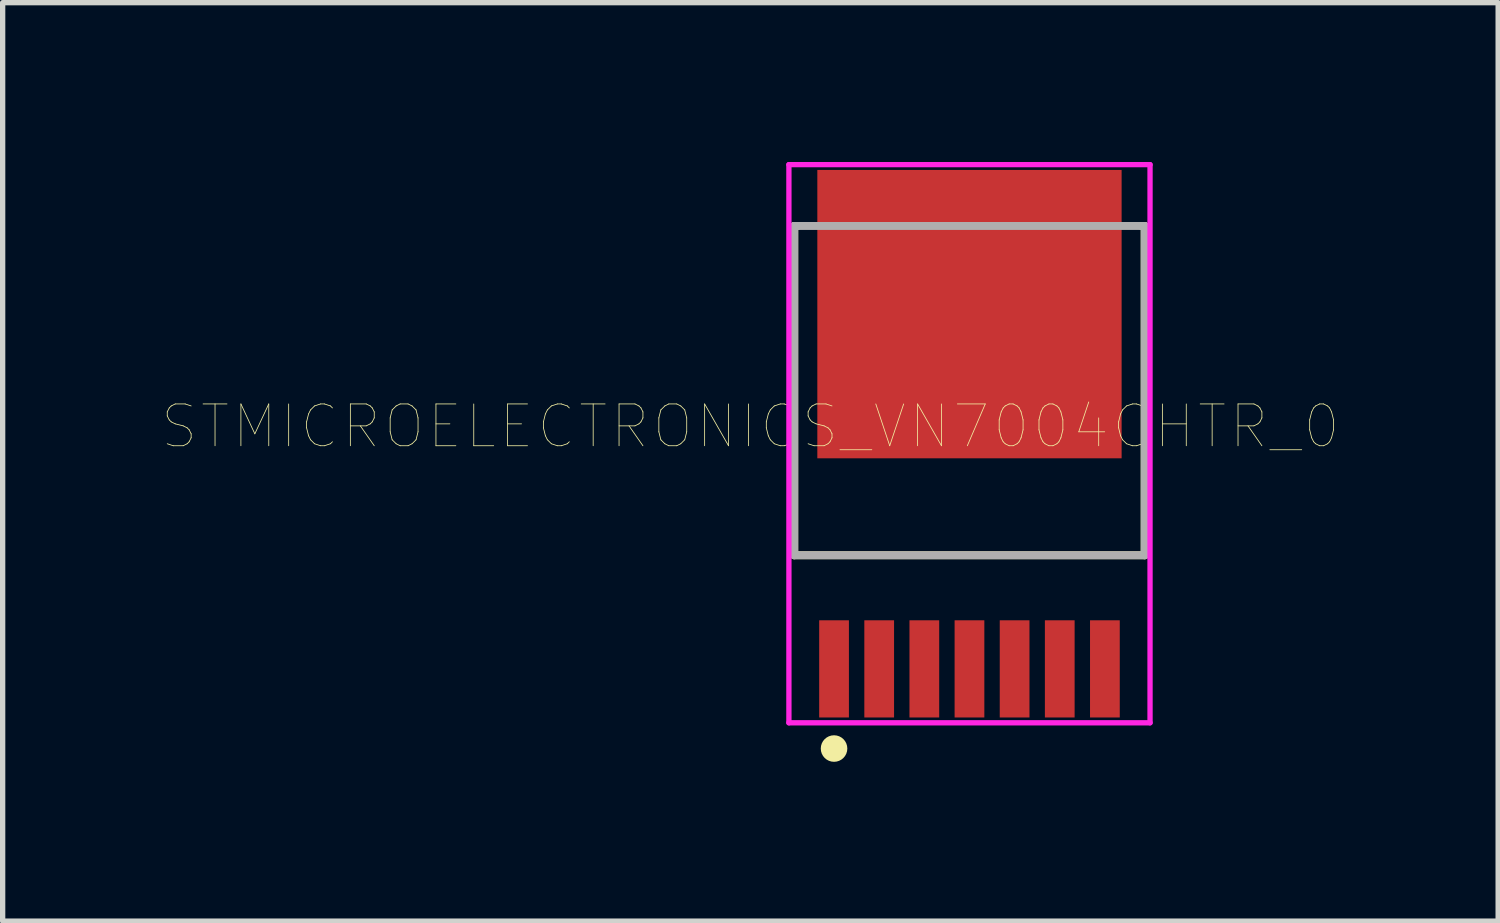
<source format=kicad_pcb>
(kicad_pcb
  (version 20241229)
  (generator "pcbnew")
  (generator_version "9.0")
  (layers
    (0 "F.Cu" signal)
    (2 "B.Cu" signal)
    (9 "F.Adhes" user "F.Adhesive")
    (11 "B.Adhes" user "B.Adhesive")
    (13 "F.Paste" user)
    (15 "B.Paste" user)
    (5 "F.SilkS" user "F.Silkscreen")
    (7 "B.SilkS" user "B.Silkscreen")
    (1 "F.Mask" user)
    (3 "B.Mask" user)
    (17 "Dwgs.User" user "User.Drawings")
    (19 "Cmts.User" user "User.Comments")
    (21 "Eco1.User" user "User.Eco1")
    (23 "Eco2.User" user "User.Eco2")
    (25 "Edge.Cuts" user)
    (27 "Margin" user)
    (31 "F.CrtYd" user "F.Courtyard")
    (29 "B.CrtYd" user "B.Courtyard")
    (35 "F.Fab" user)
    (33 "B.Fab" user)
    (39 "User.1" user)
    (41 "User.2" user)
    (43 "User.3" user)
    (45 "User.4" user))
  (footprint "STMICROELECTRONICS_VN7004CHTR_0"
    (layer "F.Cu")
    (at 15.205 5.305)
    (property "Reference" "STMICROELECTRONICS_VN7004CHTR_0" (at -4.125 -0.325 180) (layer "F.SilkS") (effects (font (size 0.787 0.787) (thickness 0.015))))
    (attr through_hole)
    (fp_line (start -3.3 -4.1) (end -3.24 -4.1) (stroke (width 0.15) (type solid)) (layer "F.SilkS"))
    (fp_line (start -3.3 2.1) (end -3.3 -4.1) (stroke (width 0.15) (type solid)) (layer "F.SilkS"))
    (fp_line (start -3.3 2.1) (end 3.3 2.1) (stroke (width 0.15) (type solid)) (layer "F.SilkS"))
    (fp_line (start 3.24 -4.1) (end 3.3 -4.1) (stroke (width 0.15) (type solid)) (layer "F.SilkS"))
    (fp_line (start 3.3 2.1) (end 3.3 -4.1) (stroke (width 0.15) (type solid)) (layer "F.SilkS"))
    (fp_circle (center -2.55 5.74) (end -2.3 5.74) (stroke (width 0) (type solid)) (fill yes) (layer "F.SilkS"))
    (fp_line (start -3.4 -5.255) (end 3.4 -5.255) (stroke (width 0.1) (type solid)) (layer "F.CrtYd"))
    (fp_line (start -3.4 5.255) (end -3.4 -5.255) (stroke (width 0.1) (type solid)) (layer "F.CrtYd"))
    (fp_line (start 3.4 -5.255) (end 3.4 5.255) (stroke (width 0.1) (type solid)) (layer "F.CrtYd"))
    (fp_line (start 3.4 5.255) (end -3.4 5.255) (stroke (width 0.1) (type solid)) (layer "F.CrtYd"))
    (fp_line (start -3.3 -4.1) (end 3.3 -4.1) (stroke (width 0.15) (type solid)) (layer "F.Fab"))
    (fp_line (start -3.3 2.1) (end -3.3 -4.1) (stroke (width 0.15) (type solid)) (layer "F.Fab"))
    (fp_line (start 3.3 -4.1) (end 3.3 2.1) (stroke (width 0.15) (type solid)) (layer "F.Fab"))
    (fp_line (start 3.3 2.1) (end -3.3 2.1) (stroke (width 0.15) (type solid)) (layer "F.Fab"))
    (pad "1" smd rect (at -2.55 4.24) (size 0.56 1.83) (layers "F.Cu" "F.Mask" "F.Paste"))
    (pad "2" smd rect (at -1.7 4.24) (size 0.56 1.83) (layers "F.Cu" "F.Mask" "F.Paste"))
    (pad "3" smd rect (at -0.85 4.24) (size 0.56 1.83) (layers "F.Cu" "F.Mask" "F.Paste"))
    (pad "4" smd rect (at 0 4.24) (size 0.56 1.83) (layers "F.Cu" "F.Mask" "F.Paste"))
    (pad "5" smd rect (at 0.85 4.24) (size 0.56 1.83) (layers "F.Cu" "F.Mask" "F.Paste"))
    (pad "6" smd rect (at 1.7 4.24) (size 0.56 1.83) (layers "F.Cu" "F.Mask" "F.Paste"))
    (pad "7" smd rect (at 2.55 4.24) (size 0.56 1.83) (layers "F.Cu" "F.Mask" "F.Paste"))
    (pad "8" smd rect (at 0 -2.44) (size 5.73 5.43) (layers "F.Cu" "F.Mask" "F.Paste")))
  (gr_rect
    (start -3 -3)
    (end 25.16 14.295)
    (stroke (width 0.1) (type default))
    (fill no)
    (layer "Edge.Cuts")))
</source>
